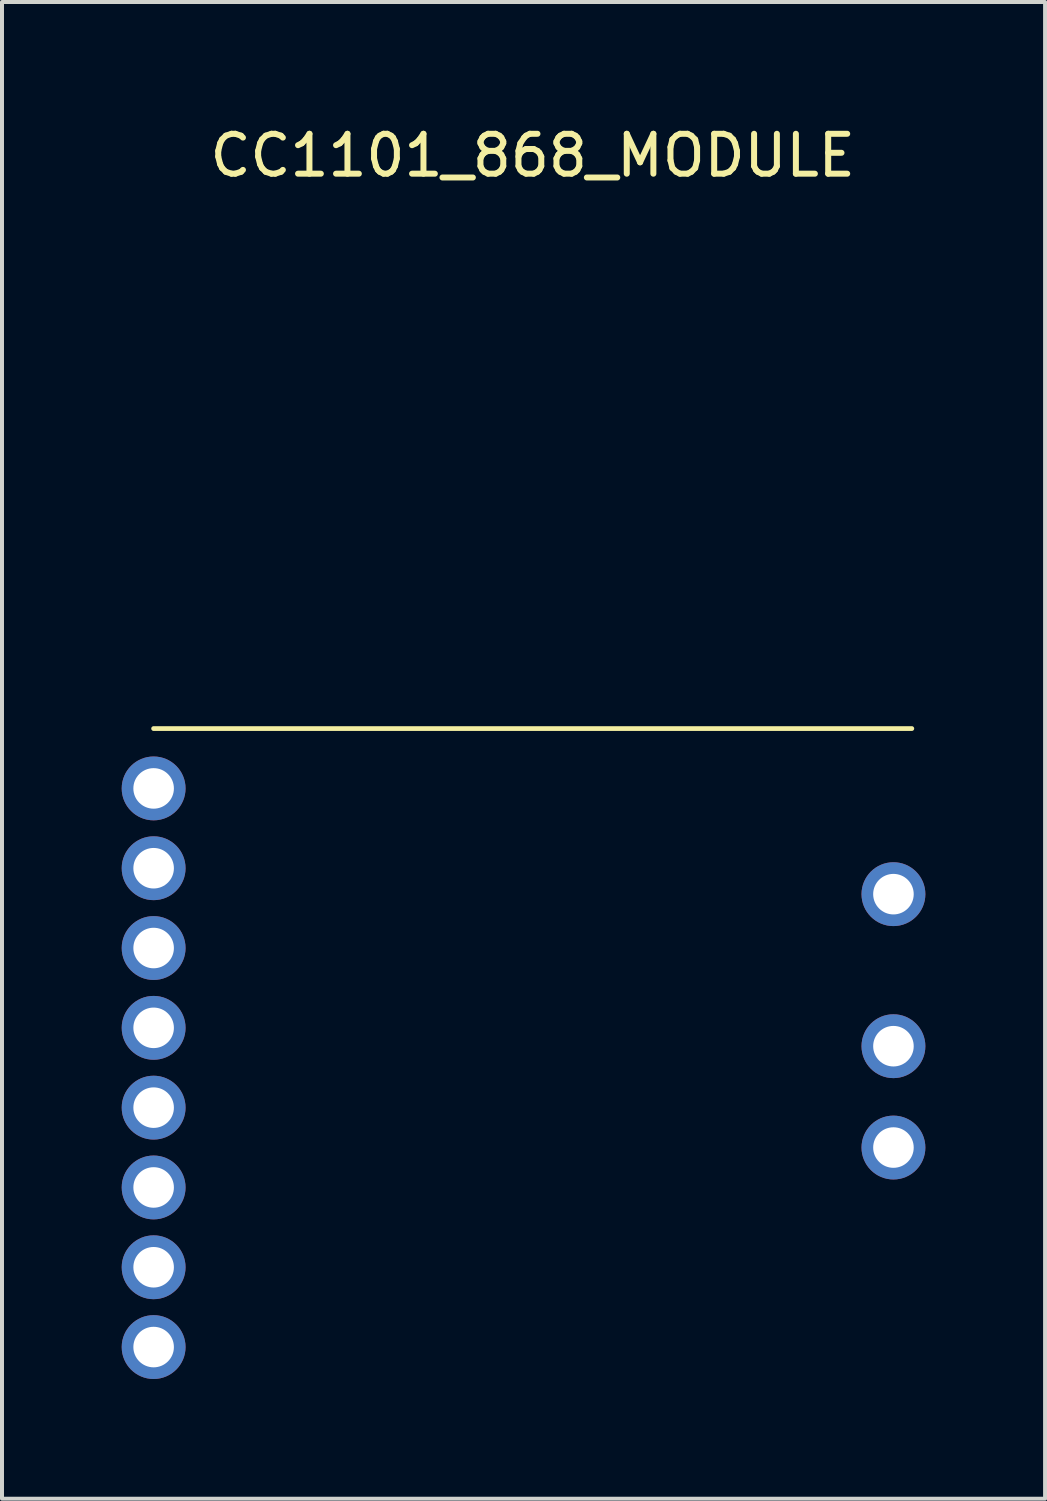
<source format=kicad_pcb>
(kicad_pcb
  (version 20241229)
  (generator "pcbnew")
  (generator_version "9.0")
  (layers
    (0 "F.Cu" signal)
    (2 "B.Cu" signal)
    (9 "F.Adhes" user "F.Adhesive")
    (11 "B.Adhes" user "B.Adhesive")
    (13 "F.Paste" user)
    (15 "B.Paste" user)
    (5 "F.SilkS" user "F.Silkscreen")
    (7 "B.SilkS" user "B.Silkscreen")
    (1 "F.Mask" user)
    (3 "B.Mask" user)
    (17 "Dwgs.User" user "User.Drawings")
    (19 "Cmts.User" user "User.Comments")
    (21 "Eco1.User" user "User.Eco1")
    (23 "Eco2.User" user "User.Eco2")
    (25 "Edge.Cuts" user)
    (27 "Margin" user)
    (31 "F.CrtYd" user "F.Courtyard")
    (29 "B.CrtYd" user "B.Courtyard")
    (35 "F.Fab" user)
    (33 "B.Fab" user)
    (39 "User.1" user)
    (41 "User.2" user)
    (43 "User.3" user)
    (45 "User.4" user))
  (footprint "CC1101_868_MODULE"
    (layer "F.Cu")
    (at 10.3 23.708)
    (property "Reference" "CC1101_868_MODULE" (at 0 -22.86 0) (layer "F.SilkS") (effects (font (size 1 1) (thickness 0.15))))
    (attr through_hole)
    (fp_line (start -9.5 -8.5) (end 9.5 -8.5) (stroke (width 0.12) (type solid)) (layer "F.SilkS"))
    (pad "1" thru_hole circle (at -9.5 -7) (size 1.6 1.6) (drill 1.016) (layers "*.Cu" "*.Mask"))
    (pad "2" thru_hole circle (at -9.5 -5) (size 1.6 1.6) (drill 1.016) (layers "*.Cu" "*.Mask"))
    (pad "3" thru_hole circle (at -9.5 -3) (size 1.6 1.6) (drill 1.016) (layers "*.Cu" "*.Mask"))
    (pad "4" thru_hole circle (at -9.5 -1) (size 1.6 1.6) (drill 1.016) (layers "*.Cu" "*.Mask"))
    (pad "5" thru_hole circle (at -9.5 1) (size 1.6 1.6) (drill 1.016) (layers "*.Cu" "*.Mask"))
    (pad "6" thru_hole circle (at -9.5 3) (size 1.6 1.6) (drill 1.016) (layers "*.Cu" "*.Mask"))
    (pad "7" thru_hole circle (at -9.5 5) (size 1.6 1.6) (drill 1.016) (layers "*.Cu" "*.Mask"))
    (pad "8" thru_hole circle (at -9.5 7) (size 1.6 1.6) (drill 1.016) (layers "*.Cu" "*.Mask"))
    (pad "9" thru_hole circle (at 9.04 2) (size 1.6 1.6) (drill 1.016) (layers "*.Cu" "*.Mask"))
    (pad "10" thru_hole circle (at 9.04 -0.54) (size 1.6 1.6) (drill 1.016) (layers "*.Cu" "*.Mask"))
    (pad "11" thru_hole circle (at 9.04 -4.35) (size 1.6 1.6) (drill 1.016) (layers "*.Cu" "*.Mask")))
  (gr_rect
    (start -3 -3)
    (end 23.14 34.508)
    (stroke (width 0.1) (type default))
    (fill no)
    (layer "Edge.Cuts")))
</source>
